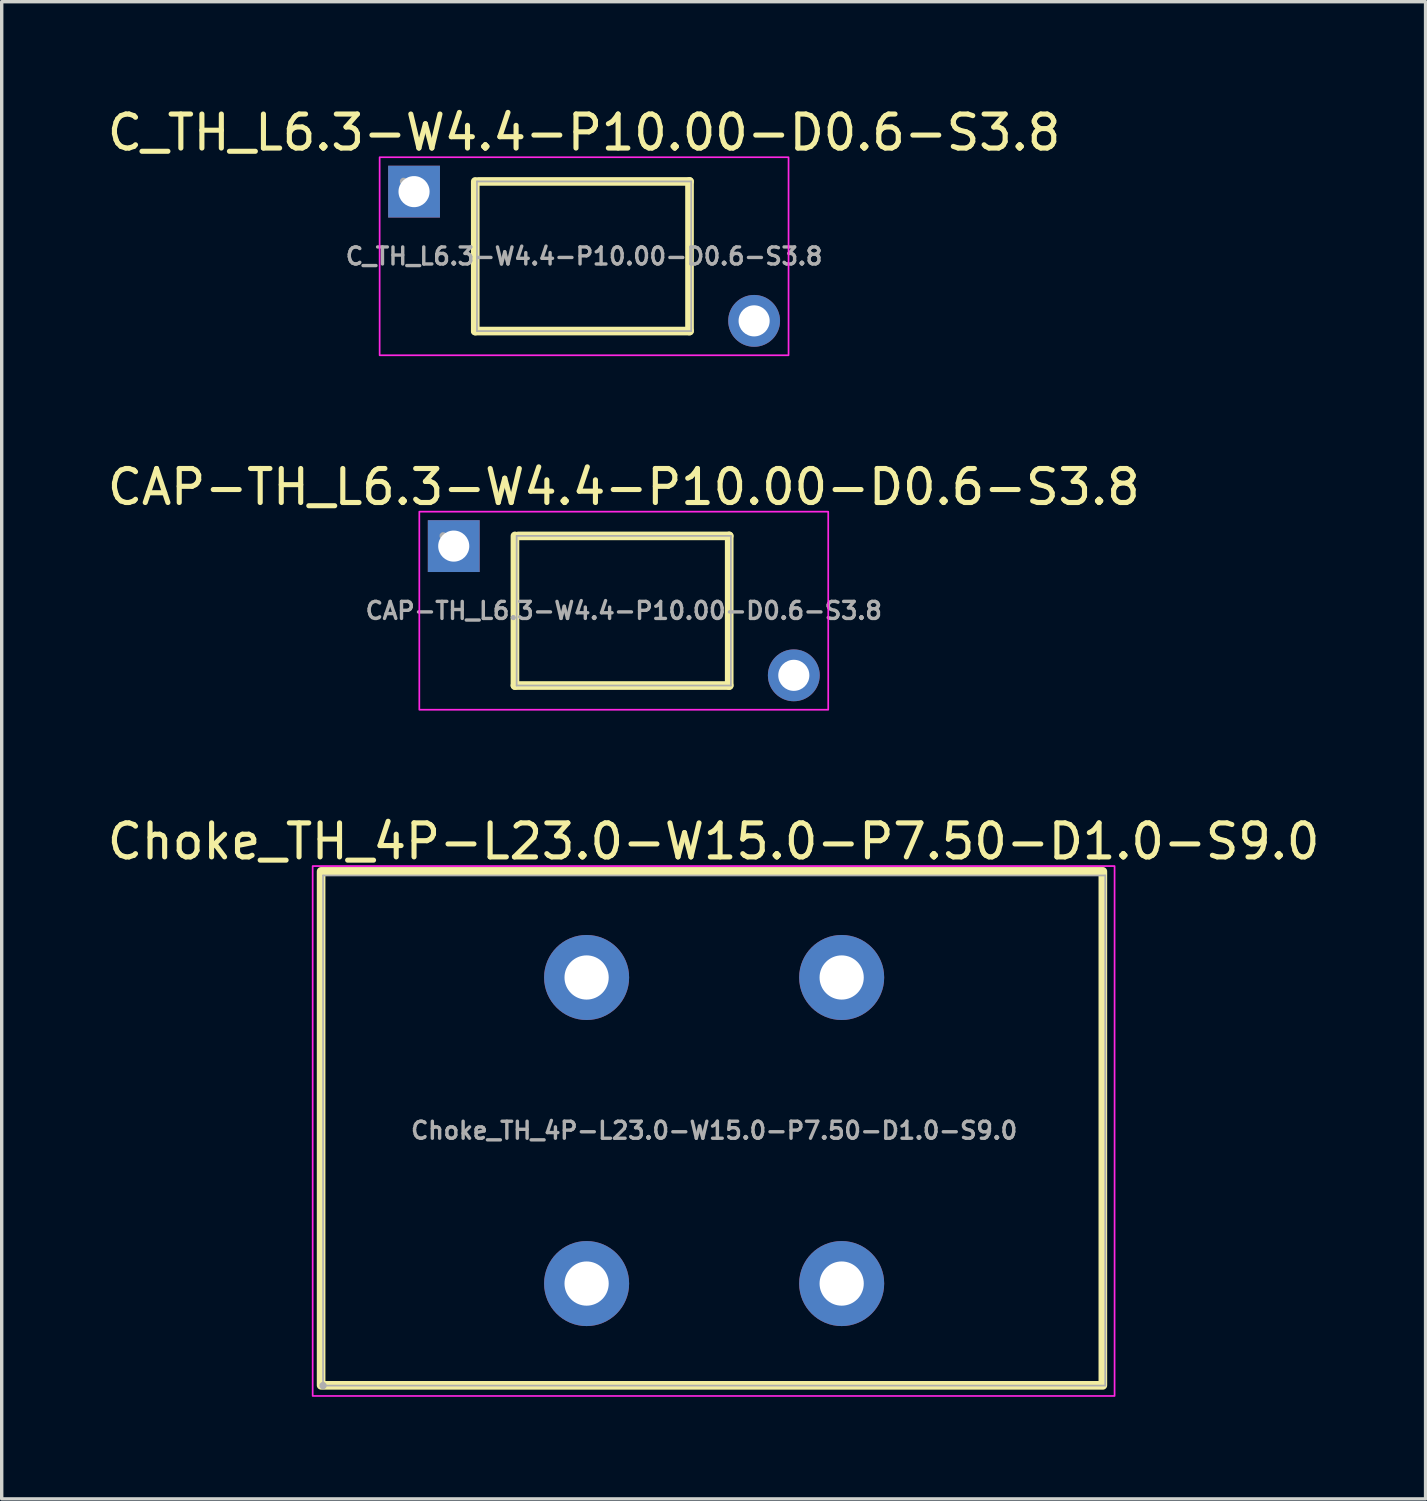
<source format=kicad_pcb>
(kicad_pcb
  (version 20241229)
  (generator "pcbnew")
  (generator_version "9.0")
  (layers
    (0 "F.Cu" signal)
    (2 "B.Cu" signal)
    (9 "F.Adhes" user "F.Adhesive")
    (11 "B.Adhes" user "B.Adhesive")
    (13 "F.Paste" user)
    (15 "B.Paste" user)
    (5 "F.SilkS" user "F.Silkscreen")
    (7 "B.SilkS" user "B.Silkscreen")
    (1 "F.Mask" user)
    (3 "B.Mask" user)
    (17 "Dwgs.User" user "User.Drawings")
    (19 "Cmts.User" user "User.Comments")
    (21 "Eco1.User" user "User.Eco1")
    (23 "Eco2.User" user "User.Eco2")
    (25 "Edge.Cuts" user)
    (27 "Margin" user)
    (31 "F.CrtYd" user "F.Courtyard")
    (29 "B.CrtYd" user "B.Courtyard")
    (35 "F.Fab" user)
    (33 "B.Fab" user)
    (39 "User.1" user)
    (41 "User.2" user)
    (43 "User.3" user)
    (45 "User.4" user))
  (footprint "Choke_TH_4P-L23.0-W15.0-P7.50-D1.0-S9.0"
    (layer "F.Cu")
    (at 17.949 30.193)
    (property "Reference" "Choke_TH_4P-L23.0-W15.0-P7.50-D1.0-S9.0" (at -0.015 -8.501 0) (layer "F.SilkS") (effects (font (size 1 1) (thickness 0.15))))
    (fp_rect (start -11.557 -7.62) (end 11.43 7.493) (stroke (width 0.254) (type default)) (fill no) (layer "F.SilkS"))
    (fp_rect (start -11.805 -7.776) (end 11.775 7.805) (stroke (width 0.05) (type default)) (fill no) (layer "F.CrtYd"))
    (fp_line (start -11.5 -7.5) (end 11.5 -7.5) (stroke (width 0.051) (type default)) (layer "F.Fab"))
    (fp_line (start -11.5 7.5) (end -11.5 -7.5) (stroke (width 0.051) (type default)) (layer "F.Fab"))
    (fp_line (start 11.5 -7.5) (end 11.5 7.5) (stroke (width 0.051) (type default)) (layer "F.Fab"))
    (fp_line (start 11.5 7.5) (end -11.5 7.5) (stroke (width 0.051) (type default)) (layer "F.Fab"))
    (fp_poly (pts (xy -11.445 7.477) (xy -11.477 7.445) (xy -11.523 7.445) (xy -11.555 7.477) (xy -11.555 7.523) (xy -11.523 7.555) (xy -11.477 7.555) (xy -11.445 7.523)) (stroke (width 0.1) (type default)) (fill no) (layer "F.Fab"))
    (fp_poly (pts (xy -3.254 -4.565) (xy -3.288 -4.691) (xy -3.353 -4.804) (xy -3.446 -4.897) (xy -3.559 -4.962) (xy -3.685 -4.996) (xy -3.815 -4.996) (xy -3.941 -4.962) (xy -4.054 -4.897) (xy -4.147 -4.804) (xy -4.212 -4.691) (xy -4.246 -4.565) (xy -4.246 -4.435) (xy -4.212 -4.309) (xy -4.147 -4.196) (xy -4.054 -4.103) (xy -3.941 -4.038) (xy -3.815 -4.004) (xy -3.685 -4.004) (xy -3.559 -4.038) (xy -3.446 -4.103) (xy -3.353 -4.196) (xy -3.288 -4.309) (xy -3.254 -4.435)) (stroke (width 0.1) (type default)) (fill no) (layer "User.1"))
    (fp_poly (pts (xy -3.254 4.435) (xy -3.288 4.309) (xy -3.353 4.196) (xy -3.446 4.103) (xy -3.559 4.038) (xy -3.685 4.004) (xy -3.815 4.004) (xy -3.941 4.038) (xy -4.054 4.103) (xy -4.147 4.196) (xy -4.212 4.309) (xy -4.246 4.435) (xy -4.246 4.565) (xy -4.212 4.691) (xy -4.147 4.804) (xy -4.054 4.897) (xy -3.941 4.962) (xy -3.815 4.996) (xy -3.685 4.996) (xy -3.559 4.962) (xy -3.446 4.897) (xy -3.353 4.804) (xy -3.288 4.691) (xy -3.254 4.565)) (stroke (width 0.1) (type default)) (fill no) (layer "User.1"))
    (fp_poly (pts (xy 4.246 -4.565) (xy 4.212 -4.691) (xy 4.147 -4.804) (xy 4.054 -4.897) (xy 3.941 -4.962) (xy 3.815 -4.996) (xy 3.685 -4.996) (xy 3.559 -4.962) (xy 3.446 -4.897) (xy 3.353 -4.804) (xy 3.288 -4.691) (xy 3.254 -4.565) (xy 3.254 -4.435) (xy 3.288 -4.309) (xy 3.353 -4.196) (xy 3.446 -4.103) (xy 3.559 -4.038) (xy 3.685 -4.004) (xy 3.815 -4.004) (xy 3.941 -4.038) (xy 4.054 -4.103) (xy 4.147 -4.196) (xy 4.212 -4.309) (xy 4.246 -4.435)) (stroke (width 0.1) (type default)) (fill no) (layer "User.1"))
    (fp_poly (pts (xy 4.246 4.435) (xy 4.212 4.309) (xy 4.147 4.196) (xy 4.054 4.103) (xy 3.941 4.038) (xy 3.815 4.004) (xy 3.685 4.004) (xy 3.559 4.038) (xy 3.446 4.103) (xy 3.353 4.196) (xy 3.288 4.309) (xy 3.254 4.435) (xy 3.254 4.565) (xy 3.288 4.691) (xy 3.353 4.804) (xy 3.446 4.897) (xy 3.559 4.962) (xy 3.685 4.996) (xy 3.815 4.996) (xy 3.941 4.962) (xy 4.054 4.897) (xy 4.147 4.804) (xy 4.212 4.691) (xy 4.246 4.565)) (stroke (width 0.1) (type default)) (fill no) (layer "User.1"))
    (fp_text user "${REFERENCE}" (at 0 0 0) (layer "F.Fab") (effects (font (size 0.5 0.5) (thickness 0.1))))
    (pad "1" thru_hole circle (at -3.75 4.5) (size 2.5 2.5) (drill 1.3) (layers "*.Cu" "*.Mask"))
    (pad "2" thru_hole circle (at -3.75 -4.5) (size 2.5 2.5) (drill 1.3) (layers "*.Cu" "*.Mask"))
    (pad "3" thru_hole circle (at 3.75 -4.5) (size 2.5 2.5) (drill 1.3) (layers "*.Cu" "*.Mask"))
    (pad "4" thru_hole circle (at 3.75 4.5) (size 2.5 2.5) (drill 1.3) (layers "*.Cu" "*.Mask")))
  (footprint "C_TH_L6.3-W4.4-P10.00-D0.6-S3.8"
    (layer "F.Cu")
    (at 14.125 4.485)
    (property "Reference" "C_TH_L6.3-W4.4-P10.00-D0.6-S3.8" (at 0 -3.637 0) (layer "F.SilkS") (effects (font (size 1 1) (thickness 0.15))))
    (fp_line (start -3.2 2.2) (end -3.2 -2.2) (stroke (width 0.254) (type default)) (layer "F.SilkS"))
    (fp_line (start -3.1 -2.2) (end 3.1 -2.2) (stroke (width 0.254) (type default)) (layer "F.SilkS"))
    (fp_line (start 3.1 -2.2) (end 3.1 2.2) (stroke (width 0.254) (type default)) (layer "F.SilkS"))
    (fp_line (start 3.1 2.2) (end -3.2 2.2) (stroke (width 0.254) (type default)) (layer "F.SilkS"))
    (fp_rect (start -6.012 -2.912) (end 6.012 2.912) (stroke (width 0.05) (type default)) (fill no) (layer "F.CrtYd"))
    (fp_line (start -3.15 -2.2) (end 3.15 -2.2) (stroke (width 0.051) (type default)) (layer "F.Fab"))
    (fp_line (start -3.15 2.2) (end -3.15 -2.2) (stroke (width 0.051) (type default)) (layer "F.Fab"))
    (fp_line (start 3.15 -2.2) (end 3.15 2.2) (stroke (width 0.051) (type default)) (layer "F.Fab"))
    (fp_line (start 3.15 2.2) (end -3.15 2.2) (stroke (width 0.051) (type default)) (layer "F.Fab"))
    (fp_poly (pts (xy -5.254 -2.224) (xy -5.287 -2.256) (xy -5.332 -2.256) (xy -5.365 -2.224) (xy -5.365 -2.178) (xy -5.332 -2.146) (xy -5.287 -2.146) (xy -5.254 -2.178)) (stroke (width 0.1) (type default)) (fill no) (layer "F.Fab"))
    (fp_poly (pts (xy -3.01 -1.601) (xy -5.309 -1.601) (xy -5.309 -2.201) (xy -3.01 -2.201)) (stroke (width 0.1) (type default)) (fill no) (layer "User.1"))
    (fp_poly (pts (xy 5.306 2.203) (xy 3.006 2.203) (xy 3.006 1.603) (xy 5.306 1.603)) (stroke (width 0.1) (type default)) (fill no) (layer "User.1"))
    (fp_poly (pts (xy -4.703 -1.939) (xy -4.723 -2.015) (xy -4.762 -2.083) (xy -4.817 -2.138) (xy -4.885 -2.177) (xy -4.961 -2.197) (xy -5.039 -2.197) (xy -5.115 -2.177) (xy -5.183 -2.138) (xy -5.238 -2.083) (xy -5.277 -2.015) (xy -5.297 -1.939) (xy -5.297 -1.861) (xy -5.277 -1.785) (xy -5.238 -1.717) (xy -5.183 -1.662) (xy -5.115 -1.623) (xy -5.039 -1.603) (xy -4.961 -1.603) (xy -4.885 -1.623) (xy -4.817 -1.662) (xy -4.762 -1.717) (xy -4.723 -1.785) (xy -4.703 -1.861)) (stroke (width 0.1) (type default)) (fill no) (layer "User.1"))
    (fp_poly (pts (xy 5.297 1.861) (xy 5.277 1.785) (xy 5.238 1.717) (xy 5.183 1.662) (xy 5.115 1.623) (xy 5.039 1.603) (xy 4.961 1.603) (xy 4.885 1.623) (xy 4.817 1.662) (xy 4.762 1.717) (xy 4.723 1.785) (xy 4.703 1.861) (xy 4.703 1.939) (xy 4.723 2.015) (xy 4.762 2.083) (xy 4.817 2.138) (xy 4.885 2.177) (xy 4.961 2.197) (xy 5.039 2.197) (xy 5.115 2.177) (xy 5.183 2.138) (xy 5.238 2.083) (xy 5.277 2.015) (xy 5.297 1.939)) (stroke (width 0.1) (type default)) (fill no) (layer "User.1"))
    (fp_text user "${REFERENCE}" (at 0 0 0) (layer "F.Fab") (effects (font (size 0.5 0.5) (thickness 0.1))))
    (pad "1" thru_hole rect (at -5 -1.9) (size 1.524 1.524) (drill 0.914) (layers "*.Cu" "*.Mask"))
    (pad "2" thru_hole circle (at 5 1.9) (size 1.524 1.524) (drill 0.914) (layers "*.Cu" "*.Mask")))
  (footprint "CAP-TH_L6.3-W4.4-P10.00-D0.6-S3.8"
    (layer "F.Cu")
    (at 15.292 14.908)
    (property "Reference" "CAP-TH_L6.3-W4.4-P10.00-D0.6-S3.8" (at 0 -3.637 0) (layer "F.SilkS") (effects (font (size 1 1) (thickness 0.15))))
    (fp_line (start -3.2 2.2) (end -3.2 -2.2) (stroke (width 0.254) (type default)) (layer "F.SilkS"))
    (fp_line (start -3.1 -2.2) (end 3.1 -2.2) (stroke (width 0.254) (type default)) (layer "F.SilkS"))
    (fp_line (start 3.1 -2.2) (end 3.1 2.2) (stroke (width 0.254) (type default)) (layer "F.SilkS"))
    (fp_line (start 3.1 2.2) (end -3.2 2.2) (stroke (width 0.254) (type default)) (layer "F.SilkS"))
    (fp_rect (start -6.012 -2.912) (end 6.012 2.912) (stroke (width 0.05) (type default)) (fill no) (layer "F.CrtYd"))
    (fp_line (start -3.15 -2.2) (end 3.15 -2.2) (stroke (width 0.051) (type default)) (layer "F.Fab"))
    (fp_line (start -3.15 2.2) (end -3.15 -2.2) (stroke (width 0.051) (type default)) (layer "F.Fab"))
    (fp_line (start 3.15 -2.2) (end 3.15 2.2) (stroke (width 0.051) (type default)) (layer "F.Fab"))
    (fp_line (start 3.15 2.2) (end -3.15 2.2) (stroke (width 0.051) (type default)) (layer "F.Fab"))
    (fp_poly (pts (xy -5.254 -2.224) (xy -5.287 -2.256) (xy -5.332 -2.256) (xy -5.365 -2.224) (xy -5.365 -2.178) (xy -5.332 -2.146) (xy -5.287 -2.146) (xy -5.254 -2.178)) (stroke (width 0.1) (type default)) (fill no) (layer "F.Fab"))
    (fp_poly (pts (xy -3.01 -1.601) (xy -5.309 -1.601) (xy -5.309 -2.201) (xy -3.01 -2.201)) (stroke (width 0.1) (type default)) (fill no) (layer "User.1"))
    (fp_poly (pts (xy 5.306 2.203) (xy 3.006 2.203) (xy 3.006 1.603) (xy 5.306 1.603)) (stroke (width 0.1) (type default)) (fill no) (layer "User.1"))
    (fp_poly (pts (xy -4.703 -1.939) (xy -4.723 -2.015) (xy -4.762 -2.083) (xy -4.817 -2.138) (xy -4.885 -2.177) (xy -4.961 -2.197) (xy -5.039 -2.197) (xy -5.115 -2.177) (xy -5.183 -2.138) (xy -5.238 -2.083) (xy -5.277 -2.015) (xy -5.297 -1.939) (xy -5.297 -1.861) (xy -5.277 -1.785) (xy -5.238 -1.717) (xy -5.183 -1.662) (xy -5.115 -1.623) (xy -5.039 -1.603) (xy -4.961 -1.603) (xy -4.885 -1.623) (xy -4.817 -1.662) (xy -4.762 -1.717) (xy -4.723 -1.785) (xy -4.703 -1.861)) (stroke (width 0.1) (type default)) (fill no) (layer "User.1"))
    (fp_poly (pts (xy 5.297 1.861) (xy 5.277 1.785) (xy 5.238 1.717) (xy 5.183 1.662) (xy 5.115 1.623) (xy 5.039 1.603) (xy 4.961 1.603) (xy 4.885 1.623) (xy 4.817 1.662) (xy 4.762 1.717) (xy 4.723 1.785) (xy 4.703 1.861) (xy 4.703 1.939) (xy 4.723 2.015) (xy 4.762 2.083) (xy 4.817 2.138) (xy 4.885 2.177) (xy 4.961 2.197) (xy 5.039 2.197) (xy 5.115 2.177) (xy 5.183 2.138) (xy 5.238 2.083) (xy 5.277 2.015) (xy 5.297 1.939)) (stroke (width 0.1) (type default)) (fill no) (layer "User.1"))
    (fp_text user "${REFERENCE}" (at 0 0 0) (layer "F.Fab") (effects (font (size 0.5 0.5) (thickness 0.1))))
    (pad "1" thru_hole rect (at -5 -1.9) (size 1.524 1.524) (drill 0.914) (layers "*.Cu" "*.Mask"))
    (pad "2" thru_hole circle (at 5 1.9) (size 1.524 1.524) (drill 0.914) (layers "*.Cu" "*.Mask")))
  (gr_rect
    (start -3 -3)
    (end 38.869 41.024)
    (stroke (width 0.1) (type default))
    (fill no)
    (layer "Edge.Cuts")))
</source>
